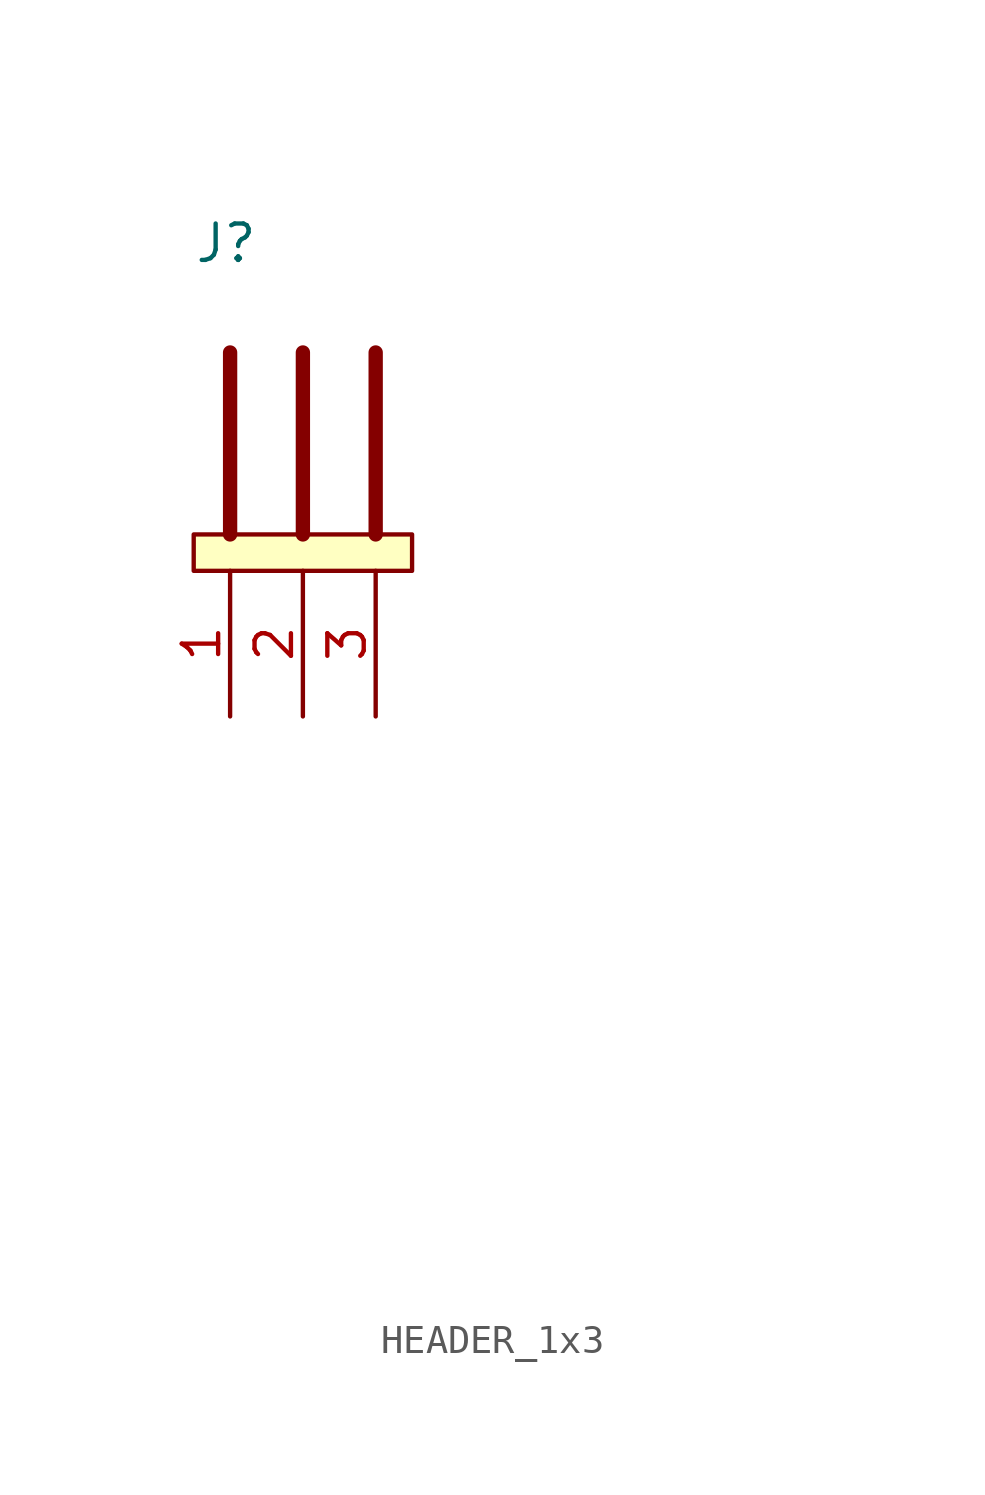
<source format=kicad_sym>
(kicad_symbol_lib
  (version 20211014)
  (generator kicad_symbol_editor)
  (symbol "HEADER_1x3"
    (pin_names
      (offset 1.016) hide)
    (property "Reference" "J"
      (at -1.27 11.43 0)
      (effects (font (size 1.27 1.27)) (justify left)))
    (property "Voltage" ""
      (at 19.685 -22.225 0)
      (effects (font (size 1.27 1.27)) (justify left)))
    (symbol "HEADER_1x3_0_1"
      (rectangle (start -1.27 1.27) (end 6.35 0) (stroke (width 0.152) (type default) (color 0 0 0 0)) (fill (type background)))
      (polyline (pts (xy 0 1.27) (xy 0 7.62)) (stroke (width 0.5) (type default) (color 0 0 0 0)) (fill (type none)))
      (polyline (pts (xy 2.54 1.27) (xy 2.54 7.62)) (stroke (width 0.5) (type default) (color 0 0 0 0)) (fill (type none)))
      (polyline (pts (xy 5.08 1.27) (xy 5.08 7.62)) (stroke (width 0.5) (type default) (color 0 0 0 0)) (fill (type none))))
    (symbol "HEADER_1x3_1_1"
      (pin passive line (at 0 -5.08 90) (length 5.08) (name "1" (effects (font (size 1.27 1.27)))) (number "1" (effects (font (size 1.27 1.27)))))
      (pin passive line (at 2.54 -5.08 90) (length 5.08) (name "2" (effects (font (size 1.27 1.27)))) (number "2" (effects (font (size 1.27 1.27)))))
      (pin passive line (at 5.08 -5.08 90) (length 5.08) (name "3" (effects (font (size 1.27 1.27)))) (number "3" (effects (font (size 1.27 1.27))))))))
</source>
